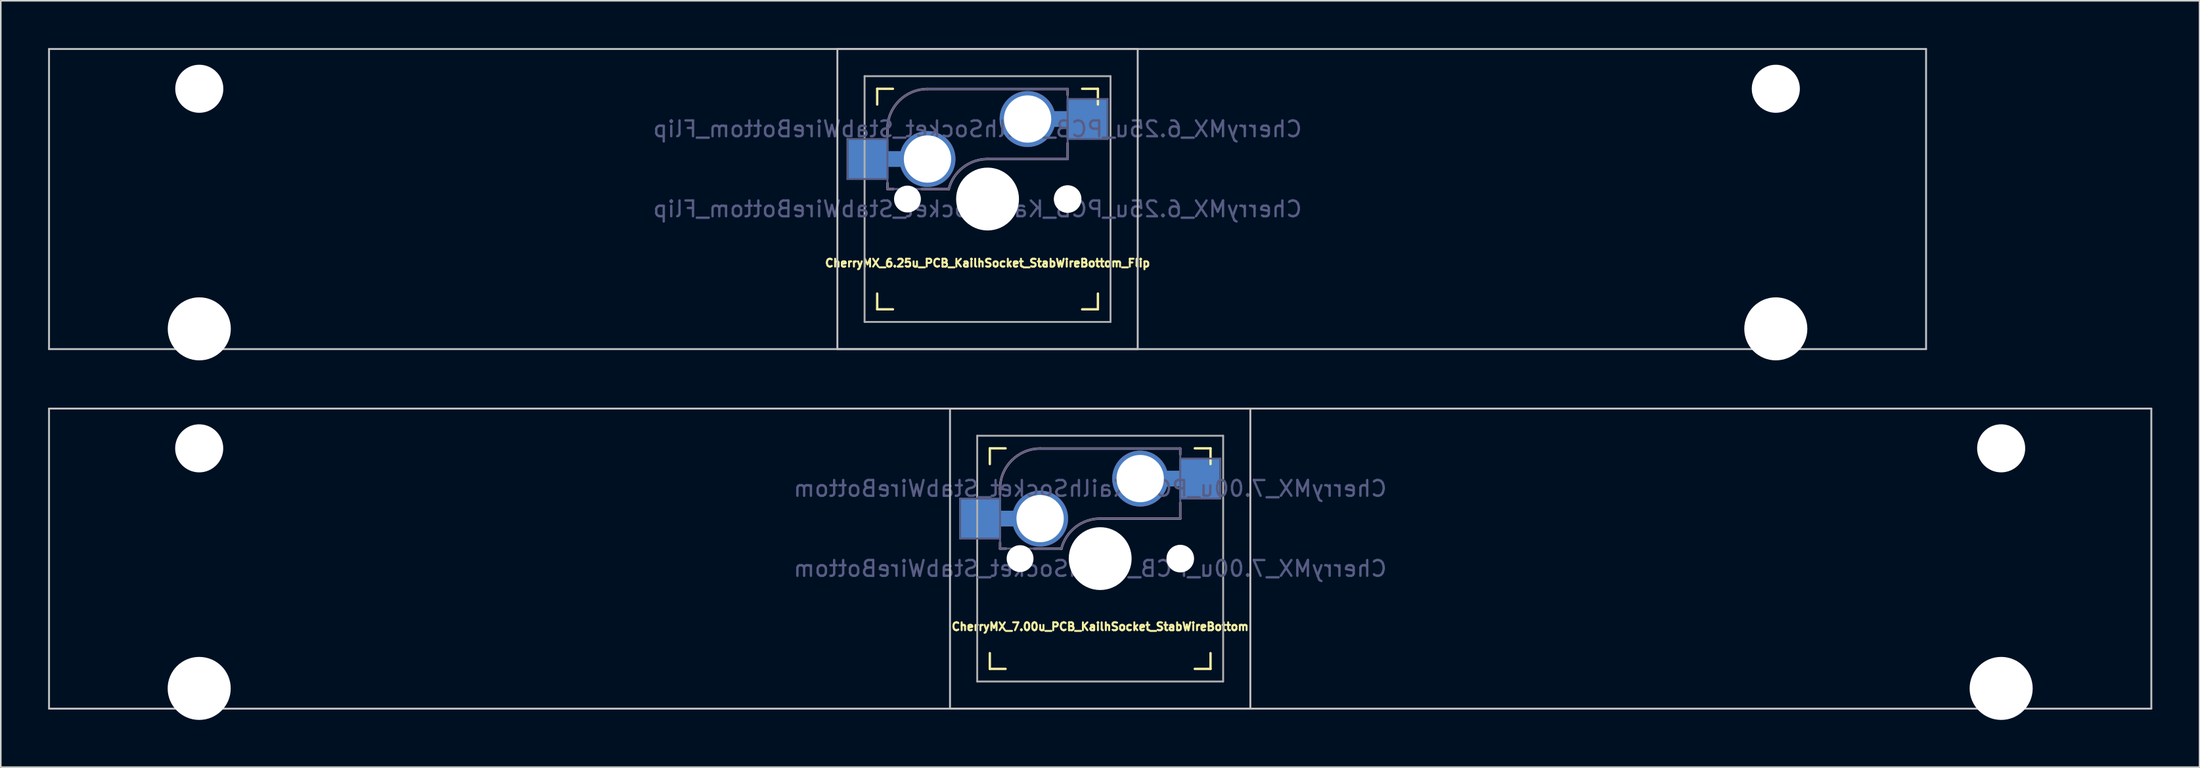
<source format=kicad_pcb>
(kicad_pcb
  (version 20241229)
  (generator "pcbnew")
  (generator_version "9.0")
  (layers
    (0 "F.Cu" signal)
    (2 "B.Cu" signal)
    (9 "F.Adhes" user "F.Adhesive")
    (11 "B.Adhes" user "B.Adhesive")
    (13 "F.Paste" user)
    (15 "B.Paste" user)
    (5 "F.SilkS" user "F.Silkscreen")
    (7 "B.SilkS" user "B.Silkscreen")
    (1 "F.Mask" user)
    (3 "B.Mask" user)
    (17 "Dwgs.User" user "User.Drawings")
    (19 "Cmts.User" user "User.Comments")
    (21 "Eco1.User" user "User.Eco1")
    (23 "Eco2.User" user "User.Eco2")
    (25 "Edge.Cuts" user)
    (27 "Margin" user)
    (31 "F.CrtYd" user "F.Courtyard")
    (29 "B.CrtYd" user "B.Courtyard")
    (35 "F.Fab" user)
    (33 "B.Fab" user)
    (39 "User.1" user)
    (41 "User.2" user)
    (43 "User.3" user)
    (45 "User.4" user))
  (footprint "CherryMX_6.25u_PCB_KailhSocket_StabWireBottom_Flip"
    (layer "F.Cu")
    (at 59.591 9.585)
    (property "Reference" "CherryMX_6.25u_PCB_KailhSocket_StabWireBottom_Flip" (at 0 4.064 0) (layer "F.SilkS") (effects (font (size 0.5 0.5) (thickness 0.125))))
    (property "Value" "CherryMX_6.25u_PCB_KailhSocket_StabWireBottom_Flip" (at 0 8.662 0) (layer "F.Fab") (hide yes) (effects (font (size 1 1) (thickness 0.15))))
    (attr through_hole)
    (fp_line (start -7 -6) (end -7 -7) (stroke (width 0.15) (type solid)) (layer "F.SilkS"))
    (fp_line (start -7 7) (end -7 6) (stroke (width 0.15) (type solid)) (layer "F.SilkS"))
    (fp_line (start -7 7) (end -6 7) (stroke (width 0.15) (type solid)) (layer "F.SilkS"))
    (fp_line (start -6 -7) (end -7 -7) (stroke (width 0.15) (type solid)) (layer "F.SilkS"))
    (fp_line (start 6 7) (end 7 7) (stroke (width 0.15) (type solid)) (layer "F.SilkS"))
    (fp_line (start 7 -7) (end 6 -7) (stroke (width 0.15) (type solid)) (layer "F.SilkS"))
    (fp_line (start 7 -7) (end 7 -6) (stroke (width 0.15) (type solid)) (layer "F.SilkS"))
    (fp_line (start 7 6) (end 7 7) (stroke (width 0.15) (type solid)) (layer "F.SilkS"))
    (fp_line (start -6.35 -4.445) (end -6.35 -4.064) (stroke (width 0.15) (type solid)) (layer "B.SilkS"))
    (fp_line (start -6.35 -1.016) (end -6.35 -0.635) (stroke (width 0.15) (type solid)) (layer "B.SilkS"))
    (fp_line (start -5.969 -0.635) (end -6.35 -0.635) (stroke (width 0.15) (type solid)) (layer "B.SilkS"))
    (fp_line (start -3.81 -6.985) (end 5.08 -6.985) (stroke (width 0.15) (type solid)) (layer "B.SilkS"))
    (fp_line (start -2.464 -0.635) (end -4.191 -0.635) (stroke (width 0.15) (type solid)) (layer "B.SilkS"))
    (fp_line (start 5.08 -6.985) (end 5.08 -6.604) (stroke (width 0.15) (type solid)) (layer "B.SilkS"))
    (fp_line (start 5.08 -3.556) (end 5.08 -2.54) (stroke (width 0.15) (type solid)) (layer "B.SilkS"))
    (fp_line (start 5.08 -2.54) (end 0 -2.54) (stroke (width 0.15) (type solid)) (layer "B.SilkS"))
    (fp_arc (start -6.35 -4.445) (mid -5.606051 -6.241051) (end -3.81 -6.985) (stroke (width 0.15) (type solid)) (layer "B.SilkS"))
    (fp_arc (start -2.464162 -0.61604) (mid -1.563147 -2.002042) (end 0 -2.54) (stroke (width 0.15) (type solid)) (layer "B.SilkS"))
    (fp_line (start -59.531 -9.525) (end 59.531 -9.525) (stroke (width 0.12) (type solid)) (layer "Dwgs.User"))
    (fp_line (start -59.531 9.525) (end -59.531 -9.525) (stroke (width 0.12) (type solid)) (layer "Dwgs.User"))
    (fp_line (start -9.525 -9.525) (end 9.525 -9.525) (stroke (width 0.12) (type solid)) (layer "Dwgs.User"))
    (fp_line (start -9.525 9.525) (end -9.525 -9.525) (stroke (width 0.12) (type solid)) (layer "Dwgs.User"))
    (fp_line (start 9.525 -9.525) (end 9.525 9.525) (stroke (width 0.12) (type solid)) (layer "Dwgs.User"))
    (fp_line (start 9.525 9.525) (end -9.525 9.525) (stroke (width 0.12) (type solid)) (layer "Dwgs.User"))
    (fp_line (start 59.531 -9.525) (end 59.531 9.525) (stroke (width 0.12) (type solid)) (layer "Dwgs.User"))
    (fp_line (start 59.531 9.525) (end -59.531 9.525) (stroke (width 0.12) (type solid)) (layer "Dwgs.User"))
    (fp_line (start -6.9 6.9) (end -6.9 -6.9) (stroke (width 0.15) (type solid)) (layer "Eco2.User"))
    (fp_line (start -6.9 6.9) (end 6.9 6.9) (stroke (width 0.15) (type solid)) (layer "Eco2.User"))
    (fp_line (start 6.9 -6.9) (end -6.9 -6.9) (stroke (width 0.15) (type solid)) (layer "Eco2.User"))
    (fp_line (start 6.9 -6.9) (end 6.9 6.9) (stroke (width 0.15) (type solid)) (layer "Eco2.User"))
    (fp_line (start -8.89 -3.81) (end -6.35 -3.81) (stroke (width 0.12) (type solid)) (layer "B.Fab"))
    (fp_line (start -8.89 -1.27) (end -8.89 -3.81) (stroke (width 0.12) (type solid)) (layer "B.Fab"))
    (fp_line (start -6.35 -1.27) (end -8.89 -1.27) (stroke (width 0.12) (type solid)) (layer "B.Fab"))
    (fp_line (start -6.35 -0.635) (end -6.35 -4.445) (stroke (width 0.12) (type solid)) (layer "B.Fab"))
    (fp_line (start -6.35 -0.635) (end -2.54 -0.635) (stroke (width 0.12) (type solid)) (layer "B.Fab"))
    (fp_line (start -3.81 -6.985) (end 5.08 -6.985) (stroke (width 0.12) (type solid)) (layer "B.Fab"))
    (fp_line (start 5.08 -6.985) (end 5.08 -2.54) (stroke (width 0.12) (type solid)) (layer "B.Fab"))
    (fp_line (start 5.08 -6.35) (end 7.62 -6.35) (stroke (width 0.12) (type solid)) (layer "B.Fab"))
    (fp_line (start 5.08 -2.54) (end 0 -2.54) (stroke (width 0.12) (type solid)) (layer "B.Fab"))
    (fp_line (start 7.62 -6.35) (end 7.62 -3.81) (stroke (width 0.12) (type solid)) (layer "B.Fab"))
    (fp_line (start 7.62 -3.81) (end 5.08 -3.81) (stroke (width 0.12) (type solid)) (layer "B.Fab"))
    (fp_arc (start -6.35 -4.445) (mid -5.606051 -6.241051) (end -3.81 -6.985) (stroke (width 0.12) (type solid)) (layer "B.Fab"))
    (fp_arc (start -2.464162 -0.61604) (mid -1.563147 -2.002042) (end 0 -2.54) (stroke (width 0.12) (type solid)) (layer "B.Fab"))
    (fp_line (start -7.8 -7.8) (end -7.8 7.8) (stroke (width 0.12) (type solid)) (layer "F.Fab"))
    (fp_line (start -7.8 -7.8) (end 7.8 -7.8) (stroke (width 0.12) (type solid)) (layer "F.Fab"))
    (fp_line (start -7.8 7.8) (end 7.8 7.8) (stroke (width 0.12) (type solid)) (layer "F.Fab"))
    (fp_line (start 7.8 -7.8) (end 7.8 7.8) (stroke (width 0.12) (type solid)) (layer "F.Fab"))
    (fp_text user "${VALUE}" (at -0.635 0.635 0) (layer "B.Fab") (effects (font (size 1 1) (thickness 0.15)) (justify mirror)))
    (fp_text user "${REFERENCE}" (at -0.635 -4.445 0) (layer "B.Fab") (effects (font (size 1 1) (thickness 0.15)) (justify mirror)))
    (pad "" np_thru_hole circle (at -50 -7) (size 3.05 3.05) (drill 3.05) (layers "*.Cu" "*.Mask"))
    (pad "" np_thru_hole circle (at -50 8.24) (size 4 4) (drill 4) (layers "*.Cu" "*.Mask"))
    (pad "" np_thru_hole circle (at -5.08 0) (size 1.702 1.702) (drill 1.702) (layers "*.Cu" "*.Mask"))
    (pad "" np_thru_hole circle (at 0 0) (size 3.988 3.988) (drill 3.988) (layers "*.Cu" "*.Mask"))
    (pad "" np_thru_hole circle (at 5.08 0) (size 1.702 1.702) (drill 1.702) (layers "*.Cu" "*.Mask"))
    (pad "" np_thru_hole circle (at 5.08 0) (size 1.75 1.75) (drill 1.75) (layers "*.Cu" "*.Mask"))
    (pad "" np_thru_hole circle (at 50 -7) (size 3.05 3.05) (drill 3.05) (layers "*.Cu" "*.Mask"))
    (pad "" np_thru_hole circle (at 50 8.24) (size 4 4) (drill 4) (layers "*.Cu" "*.Mask"))
    (pad "1" thru_hole circle (at 2.54 -5.08) (size 3.55 3.55) (drill 3) (layers "*.Cu"))
    (pad "1" connect rect (at 5.015 -5.08 270) (size 1 2.5) (layers "B.Cu"))
    (pad "1" smd rect (at 6.29 -5.08) (size 2.55 2.5) (layers "B.Cu" "B.Mask" "B.Paste"))
    (pad "2" smd rect (at -7.56 -2.54) (size 2.55 2.5) (layers "B.Cu" "B.Mask" "B.Paste"))
    (pad "2" connect rect (at -5.715 -2.54 90) (size 1 2.5) (layers "B.Cu"))
    (pad "2" thru_hole circle (at -3.81 -2.54) (size 3.55 3.55) (drill 3) (layers "*.Cu")))
  (footprint "CherryMX_7.00u_PCB_KailhSocket_StabWireBottom"
    (layer "F.Cu")
    (at 66.735 32.41)
    (property "Reference" "CherryMX_7.00u_PCB_KailhSocket_StabWireBottom" (at 0 4.318 0) (layer "F.SilkS") (effects (font (size 0.5 0.5) (thickness 0.125))))
    (property "Value" "CherryMX_7.00u_PCB_KailhSocket_StabWireBottom" (at 0 8.662 0) (layer "F.Fab") (hide yes) (effects (font (size 1 1) (thickness 0.15))))
    (attr through_hole)
    (fp_line (start -7 -6) (end -7 -7) (stroke (width 0.15) (type solid)) (layer "F.SilkS"))
    (fp_line (start -7 7) (end -7 6) (stroke (width 0.15) (type solid)) (layer "F.SilkS"))
    (fp_line (start -7 7) (end -6 7) (stroke (width 0.15) (type solid)) (layer "F.SilkS"))
    (fp_line (start -6 -7) (end -7 -7) (stroke (width 0.15) (type solid)) (layer "F.SilkS"))
    (fp_line (start 6 7) (end 7 7) (stroke (width 0.15) (type solid)) (layer "F.SilkS"))
    (fp_line (start 7 -7) (end 6 -7) (stroke (width 0.15) (type solid)) (layer "F.SilkS"))
    (fp_line (start 7 -7) (end 7 -6) (stroke (width 0.15) (type solid)) (layer "F.SilkS"))
    (fp_line (start 7 6) (end 7 7) (stroke (width 0.15) (type solid)) (layer "F.SilkS"))
    (fp_line (start -6.35 -4.445) (end -6.35 -4.064) (stroke (width 0.15) (type solid)) (layer "B.SilkS"))
    (fp_line (start -6.35 -1.016) (end -6.35 -0.635) (stroke (width 0.15) (type solid)) (layer "B.SilkS"))
    (fp_line (start -5.969 -0.635) (end -6.35 -0.635) (stroke (width 0.15) (type solid)) (layer "B.SilkS"))
    (fp_line (start -3.81 -6.985) (end 5.08 -6.985) (stroke (width 0.15) (type solid)) (layer "B.SilkS"))
    (fp_line (start -2.464 -0.635) (end -4.191 -0.635) (stroke (width 0.15) (type solid)) (layer "B.SilkS"))
    (fp_line (start 5.08 -6.985) (end 5.08 -6.604) (stroke (width 0.15) (type solid)) (layer "B.SilkS"))
    (fp_line (start 5.08 -3.556) (end 5.08 -2.54) (stroke (width 0.15) (type solid)) (layer "B.SilkS"))
    (fp_line (start 5.08 -2.54) (end 0 -2.54) (stroke (width 0.15) (type solid)) (layer "B.SilkS"))
    (fp_arc (start -6.35 -4.445) (mid -5.606051 -6.241051) (end -3.81 -6.985) (stroke (width 0.15) (type solid)) (layer "B.SilkS"))
    (fp_arc (start -2.464162 -0.61604) (mid -1.563147 -2.002042) (end 0 -2.54) (stroke (width 0.15) (type solid)) (layer "B.SilkS"))
    (fp_line (start -66.675 -9.525) (end 66.675 -9.525) (stroke (width 0.12) (type solid)) (layer "Dwgs.User"))
    (fp_line (start -66.675 9.525) (end -66.675 -9.525) (stroke (width 0.12) (type solid)) (layer "Dwgs.User"))
    (fp_line (start -9.525 -9.525) (end 9.525 -9.525) (stroke (width 0.12) (type solid)) (layer "Dwgs.User"))
    (fp_line (start -9.525 9.525) (end -9.525 -9.525) (stroke (width 0.12) (type solid)) (layer "Dwgs.User"))
    (fp_line (start 9.525 -9.525) (end 9.525 9.525) (stroke (width 0.12) (type solid)) (layer "Dwgs.User"))
    (fp_line (start 9.525 9.525) (end -9.525 9.525) (stroke (width 0.12) (type solid)) (layer "Dwgs.User"))
    (fp_line (start 66.675 -9.525) (end 66.675 9.525) (stroke (width 0.12) (type solid)) (layer "Dwgs.User"))
    (fp_line (start 66.675 9.525) (end -66.675 9.525) (stroke (width 0.12) (type solid)) (layer "Dwgs.User"))
    (fp_line (start -6.9 6.9) (end -6.9 -6.9) (stroke (width 0.15) (type solid)) (layer "Eco2.User"))
    (fp_line (start -6.9 6.9) (end 6.9 6.9) (stroke (width 0.15) (type solid)) (layer "Eco2.User"))
    (fp_line (start 6.9 -6.9) (end -6.9 -6.9) (stroke (width 0.15) (type solid)) (layer "Eco2.User"))
    (fp_line (start 6.9 -6.9) (end 6.9 6.9) (stroke (width 0.15) (type solid)) (layer "Eco2.User"))
    (fp_line (start -8.89 -3.81) (end -6.35 -3.81) (stroke (width 0.12) (type solid)) (layer "B.Fab"))
    (fp_line (start -8.89 -1.27) (end -8.89 -3.81) (stroke (width 0.12) (type solid)) (layer "B.Fab"))
    (fp_line (start -6.35 -1.27) (end -8.89 -1.27) (stroke (width 0.12) (type solid)) (layer "B.Fab"))
    (fp_line (start -6.35 -0.635) (end -6.35 -4.445) (stroke (width 0.12) (type solid)) (layer "B.Fab"))
    (fp_line (start -6.35 -0.635) (end -2.54 -0.635) (stroke (width 0.12) (type solid)) (layer "B.Fab"))
    (fp_line (start -3.81 -6.985) (end 5.08 -6.985) (stroke (width 0.12) (type solid)) (layer "B.Fab"))
    (fp_line (start 5.08 -6.985) (end 5.08 -2.54) (stroke (width 0.12) (type solid)) (layer "B.Fab"))
    (fp_line (start 5.08 -6.35) (end 7.62 -6.35) (stroke (width 0.12) (type solid)) (layer "B.Fab"))
    (fp_line (start 5.08 -2.54) (end 0 -2.54) (stroke (width 0.12) (type solid)) (layer "B.Fab"))
    (fp_line (start 7.62 -6.35) (end 7.62 -3.81) (stroke (width 0.12) (type solid)) (layer "B.Fab"))
    (fp_line (start 7.62 -3.81) (end 5.08 -3.81) (stroke (width 0.12) (type solid)) (layer "B.Fab"))
    (fp_arc (start -6.35 -4.445) (mid -5.606051 -6.241051) (end -3.81 -6.985) (stroke (width 0.12) (type solid)) (layer "B.Fab"))
    (fp_arc (start -2.464162 -0.61604) (mid -1.563147 -2.002042) (end 0 -2.54) (stroke (width 0.12) (type solid)) (layer "B.Fab"))
    (fp_line (start -7.8 -7.8) (end -7.8 7.8) (stroke (width 0.12) (type solid)) (layer "F.Fab"))
    (fp_line (start -7.8 -7.8) (end 7.8 -7.8) (stroke (width 0.12) (type solid)) (layer "F.Fab"))
    (fp_line (start -7.8 7.8) (end 7.8 7.8) (stroke (width 0.12) (type solid)) (layer "F.Fab"))
    (fp_line (start 7.8 -7.8) (end 7.8 7.8) (stroke (width 0.12) (type solid)) (layer "F.Fab"))
    (fp_text user "${REFERENCE}" (at -0.635 -4.445 0) (layer "B.Fab") (effects (font (size 1 1) (thickness 0.15)) (justify mirror)))
    (fp_text user "${VALUE}" (at -0.635 0.635 0) (layer "B.Fab") (effects (font (size 1 1) (thickness 0.15)) (justify mirror)))
    (pad "" np_thru_hole circle (at -57.15 -7) (size 3.05 3.05) (drill 3.05) (layers "*.Cu" "*.Mask"))
    (pad "" np_thru_hole circle (at -57.15 8.24) (size 4 4) (drill 4) (layers "*.Cu" "*.Mask"))
    (pad "" np_thru_hole circle (at -5.08 0) (size 1.702 1.702) (drill 1.702) (layers "*.Cu" "*.Mask"))
    (pad "" np_thru_hole circle (at 0 0) (size 3.988 3.988) (drill 3.988) (layers "*.Cu" "*.Mask"))
    (pad "" np_thru_hole circle (at 5.08 0) (size 1.702 1.702) (drill 1.702) (layers "*.Cu" "*.Mask"))
    (pad "" np_thru_hole circle (at 5.08 0) (size 1.75 1.75) (drill 1.75) (layers "*.Cu" "*.Mask"))
    (pad "" np_thru_hole circle (at 57.15 -7) (size 3.05 3.05) (drill 3.05) (layers "*.Cu" "*.Mask"))
    (pad "" np_thru_hole circle (at 57.15 8.24) (size 4 4) (drill 4) (layers "*.Cu" "*.Mask"))
    (pad "1" smd rect (at -7.56 -2.54) (size 2.55 2.5) (layers "B.Cu" "B.Mask" "B.Paste"))
    (pad "1" connect rect (at -5.715 -2.54 90) (size 1 2.5) (layers "B.Cu"))
    (pad "1" thru_hole circle (at -3.81 -2.54) (size 3.55 3.55) (drill 3) (layers "*.Cu"))
    (pad "2" thru_hole circle (at 2.54 -5.08) (size 3.55 3.55) (drill 3) (layers "*.Cu"))
    (pad "2" connect rect (at 5.015 -5.08 270) (size 1 2.5) (layers "B.Cu"))
    (pad "2" smd rect (at 6.29 -5.08) (size 2.55 2.5) (layers "B.Cu" "B.Mask" "B.Paste")))
  (gr_rect
    (start -3 -3)
    (end 136.47 45.65)
    (stroke (width 0.1) (type default))
    (fill no)
    (layer "Edge.Cuts")))
</source>
